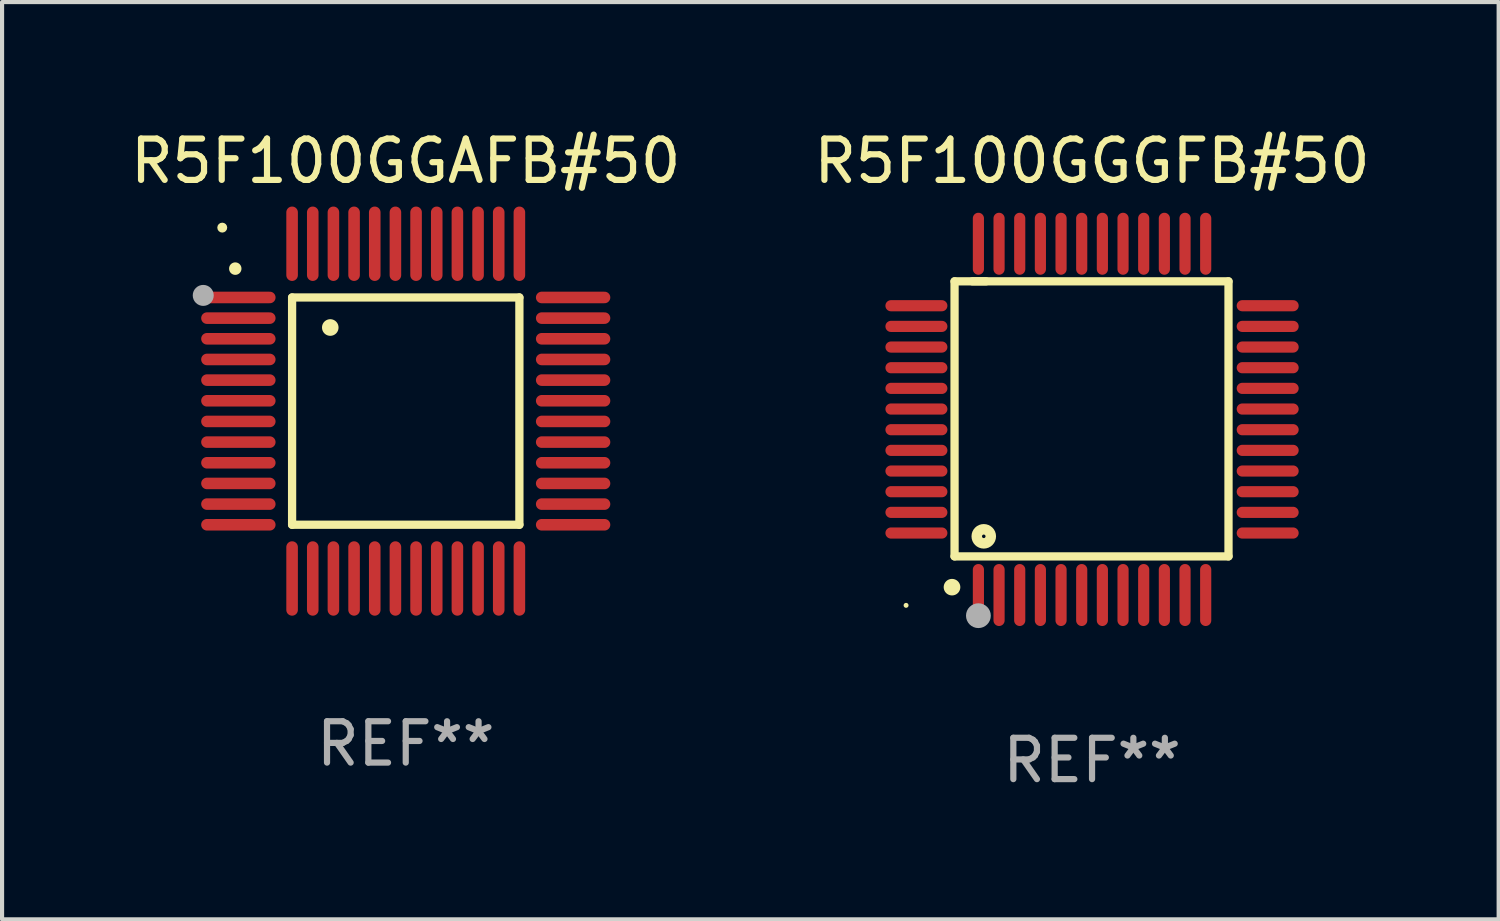
<source format=kicad_pcb>
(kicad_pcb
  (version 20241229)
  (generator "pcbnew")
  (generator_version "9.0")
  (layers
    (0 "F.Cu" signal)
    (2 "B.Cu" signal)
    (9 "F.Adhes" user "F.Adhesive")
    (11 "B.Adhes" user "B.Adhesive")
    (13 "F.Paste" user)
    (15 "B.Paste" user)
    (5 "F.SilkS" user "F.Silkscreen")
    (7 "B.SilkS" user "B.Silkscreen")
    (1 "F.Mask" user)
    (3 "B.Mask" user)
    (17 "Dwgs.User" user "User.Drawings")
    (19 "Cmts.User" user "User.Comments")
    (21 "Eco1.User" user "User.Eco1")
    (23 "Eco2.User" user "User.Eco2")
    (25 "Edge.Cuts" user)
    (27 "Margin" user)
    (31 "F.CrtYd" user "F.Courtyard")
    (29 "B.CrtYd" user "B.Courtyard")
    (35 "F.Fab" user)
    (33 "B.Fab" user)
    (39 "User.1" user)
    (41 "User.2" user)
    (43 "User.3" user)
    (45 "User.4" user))
  (footprint "R5F100GGAFB#50"
    (layer "F.Cu")
    (at 6.768 6.898)
    (property "Reference" "R5F100GGAFB#50" (at 0 -6.05 0) (layer "F.SilkS") (effects (font (size 1 1) (thickness 0.15))))
    (attr through_hole)
    (fp_line (start -2.75 -2.75) (end 2.75 -2.75) (stroke (width 0.2) (type solid)) (layer "F.SilkS"))
    (fp_line (start -2.75 2.75) (end -2.75 -2.75) (stroke (width 0.2) (type solid)) (layer "F.SilkS"))
    (fp_line (start 2.75 -2.75) (end 2.75 2.75) (stroke (width 0.2) (type solid)) (layer "F.SilkS"))
    (fp_line (start 2.75 2.75) (end -2.75 2.75) (stroke (width 0.2) (type solid)) (layer "F.SilkS"))
    (fp_arc (start -4.124968 -3.446787) (mid -4.124973 -3.448057) (end -4.124968 -3.449327) (stroke (width 0.3) (type solid)) (layer "F.SilkS"))
    (fp_arc (start -1.826264 -2.021844) (mid -1.826268 -2.023114) (end -1.826264 -2.024384) (stroke (width 0.4) (type solid)) (layer "F.SilkS"))
    (fp_circle (center -4.44 -4.44) (end -4.38 -4.44) (stroke (width 0.12) (type solid)) (fill no) (layer "F.SilkS"))
    (fp_circle (center -4.9 -2.8) (end -4.773 -2.8) (stroke (width 0.254) (type solid)) (fill no) (layer "F.Fab"))
    (fp_text user "REF**" (at 0 8.05 0) (layer "F.Fab") (effects (font (size 1 1) (thickness 0.15))))
    (pad "1" smd oval (at -4.05 -2.75 90) (size 0.28 1.8) (layers "F.Cu" "F.Mask" "F.Paste"))
    (pad "2" smd oval (at -4.05 -2.25 90) (size 0.28 1.8) (layers "F.Cu" "F.Mask" "F.Paste"))
    (pad "3" smd oval (at -4.05 -1.75 90) (size 0.28 1.8) (layers "F.Cu" "F.Mask" "F.Paste"))
    (pad "4" smd oval (at -4.05 -1.25 90) (size 0.28 1.8) (layers "F.Cu" "F.Mask" "F.Paste"))
    (pad "5" smd oval (at -4.05 -0.75 90) (size 0.28 1.8) (layers "F.Cu" "F.Mask" "F.Paste"))
    (pad "6" smd oval (at -4.05 -0.25 90) (size 0.28 1.8) (layers "F.Cu" "F.Mask" "F.Paste"))
    (pad "7" smd oval (at -4.05 0.25 90) (size 0.28 1.8) (layers "F.Cu" "F.Mask" "F.Paste"))
    (pad "8" smd oval (at -4.05 0.75 90) (size 0.28 1.8) (layers "F.Cu" "F.Mask" "F.Paste"))
    (pad "9" smd oval (at -4.05 1.25 90) (size 0.28 1.8) (layers "F.Cu" "F.Mask" "F.Paste"))
    (pad "10" smd oval (at -4.05 1.75 90) (size 0.28 1.8) (layers "F.Cu" "F.Mask" "F.Paste"))
    (pad "11" smd oval (at -4.05 2.25 90) (size 0.28 1.8) (layers "F.Cu" "F.Mask" "F.Paste"))
    (pad "12" smd oval (at -4.05 2.75 90) (size 0.28 1.8) (layers "F.Cu" "F.Mask" "F.Paste"))
    (pad "13" smd oval (at -2.75 4.05) (size 0.28 1.8) (layers "F.Cu" "F.Mask" "F.Paste"))
    (pad "14" smd oval (at -2.25 4.05) (size 0.28 1.8) (layers "F.Cu" "F.Mask" "F.Paste"))
    (pad "15" smd oval (at -1.75 4.05) (size 0.28 1.8) (layers "F.Cu" "F.Mask" "F.Paste"))
    (pad "16" smd oval (at -1.25 4.05) (size 0.28 1.8) (layers "F.Cu" "F.Mask" "F.Paste"))
    (pad "17" smd oval (at -0.75 4.05) (size 0.28 1.8) (layers "F.Cu" "F.Mask" "F.Paste"))
    (pad "18" smd oval (at -0.25 4.05) (size 0.28 1.8) (layers "F.Cu" "F.Mask" "F.Paste"))
    (pad "19" smd oval (at 0.25 4.05) (size 0.28 1.8) (layers "F.Cu" "F.Mask" "F.Paste"))
    (pad "20" smd oval (at 0.75 4.05) (size 0.28 1.8) (layers "F.Cu" "F.Mask" "F.Paste"))
    (pad "21" smd oval (at 1.25 4.05) (size 0.28 1.8) (layers "F.Cu" "F.Mask" "F.Paste"))
    (pad "22" smd oval (at 1.75 4.05) (size 0.28 1.8) (layers "F.Cu" "F.Mask" "F.Paste"))
    (pad "23" smd oval (at 2.25 4.05) (size 0.28 1.8) (layers "F.Cu" "F.Mask" "F.Paste"))
    (pad "24" smd oval (at 2.75 4.05) (size 0.28 1.8) (layers "F.Cu" "F.Mask" "F.Paste"))
    (pad "25" smd oval (at 4.05 2.75 90) (size 0.28 1.8) (layers "F.Cu" "F.Mask" "F.Paste"))
    (pad "26" smd oval (at 4.05 2.25 90) (size 0.28 1.8) (layers "F.Cu" "F.Mask" "F.Paste"))
    (pad "27" smd oval (at 4.05 1.75 90) (size 0.28 1.8) (layers "F.Cu" "F.Mask" "F.Paste"))
    (pad "28" smd oval (at 4.05 1.25 90) (size 0.28 1.8) (layers "F.Cu" "F.Mask" "F.Paste"))
    (pad "29" smd oval (at 4.05 0.75 90) (size 0.28 1.8) (layers "F.Cu" "F.Mask" "F.Paste"))
    (pad "30" smd oval (at 4.05 0.25 90) (size 0.28 1.8) (layers "F.Cu" "F.Mask" "F.Paste"))
    (pad "31" smd oval (at 4.05 -0.25 90) (size 0.28 1.8) (layers "F.Cu" "F.Mask" "F.Paste"))
    (pad "32" smd oval (at 4.05 -0.75 90) (size 0.28 1.8) (layers "F.Cu" "F.Mask" "F.Paste"))
    (pad "33" smd oval (at 4.05 -1.25 90) (size 0.28 1.8) (layers "F.Cu" "F.Mask" "F.Paste"))
    (pad "34" smd oval (at 4.05 -1.75 90) (size 0.28 1.8) (layers "F.Cu" "F.Mask" "F.Paste"))
    (pad "35" smd oval (at 4.05 -2.25 90) (size 0.28 1.8) (layers "F.Cu" "F.Mask" "F.Paste"))
    (pad "36" smd oval (at 4.05 -2.75 90) (size 0.28 1.8) (layers "F.Cu" "F.Mask" "F.Paste"))
    (pad "37" smd oval (at 2.75 -4.05) (size 0.28 1.8) (layers "F.Cu" "F.Mask" "F.Paste"))
    (pad "38" smd oval (at 2.25 -4.05) (size 0.28 1.8) (layers "F.Cu" "F.Mask" "F.Paste"))
    (pad "39" smd oval (at 1.75 -4.05) (size 0.28 1.8) (layers "F.Cu" "F.Mask" "F.Paste"))
    (pad "40" smd oval (at 1.25 -4.05) (size 0.28 1.8) (layers "F.Cu" "F.Mask" "F.Paste"))
    (pad "41" smd oval (at 0.75 -4.05) (size 0.28 1.8) (layers "F.Cu" "F.Mask" "F.Paste"))
    (pad "42" smd oval (at 0.25 -4.05) (size 0.28 1.8) (layers "F.Cu" "F.Mask" "F.Paste"))
    (pad "43" smd oval (at -0.25 -4.05) (size 0.28 1.8) (layers "F.Cu" "F.Mask" "F.Paste"))
    (pad "44" smd oval (at -0.75 -4.05) (size 0.28 1.8) (layers "F.Cu" "F.Mask" "F.Paste"))
    (pad "45" smd oval (at -1.25 -4.05) (size 0.28 1.8) (layers "F.Cu" "F.Mask" "F.Paste"))
    (pad "46" smd oval (at -1.75 -4.05) (size 0.28 1.8) (layers "F.Cu" "F.Mask" "F.Paste"))
    (pad "47" smd oval (at -2.25 -4.05) (size 0.28 1.8) (layers "F.Cu" "F.Mask" "F.Paste"))
    (pad "48" smd oval (at -2.75 -4.05) (size 0.28 1.8) (layers "F.Cu" "F.Mask" "F.Paste")))
  (footprint "R5F100GGGFB#50"
    (layer "F.Cu")
    (at 23.375 7.098)
    (property "Reference" "R5F100GGGFB#50" (at 0 -6.25 0) (layer "F.SilkS") (effects (font (size 1 1) (thickness 0.15))))
    (attr through_hole)
    (fp_line (start -3.327 -3.34) (end -2.565 -3.34) (stroke (width 0.2) (type solid)) (layer "F.SilkS"))
    (fp_line (start -3.327 3.315) (end -3.327 -3.34) (stroke (width 0.2) (type solid)) (layer "F.SilkS"))
    (fp_line (start -2.896 -3.34) (end 3.302 -3.34) (stroke (width 0.2) (type solid)) (layer "F.SilkS"))
    (fp_line (start 3.302 -3.34) (end 3.302 3.315) (stroke (width 0.2) (type solid)) (layer "F.SilkS"))
    (fp_line (start 3.302 3.315) (end -3.327 3.315) (stroke (width 0.2) (type solid)) (layer "F.SilkS"))
    (fp_arc (start -3.389992 4.059995) (mid -3.388722 4.059991) (end -3.387452 4.059995) (stroke (width 0.4) (type solid)) (layer "F.SilkS"))
    (fp_circle (center -4.5 4.5) (end -4.47 4.5) (stroke (width 0.06) (type solid)) (fill no) (layer "F.SilkS"))
    (fp_circle (center -2.62 2.83) (end -2.45 2.83) (stroke (width 0.254) (type solid)) (fill no) (layer "F.SilkS"))
    (fp_circle (center -2.75 4.75) (end -2.6 4.75) (stroke (width 0.3) (type solid)) (fill no) (layer "F.Fab"))
    (fp_text user "REF**" (at 0 8.25 0) (layer "F.Fab") (effects (font (size 1 1) (thickness 0.15))))
    (pad "1" smd oval (at -2.75 4.25) (size 0.27 1.5) (layers "F.Cu" "F.Mask" "F.Paste"))
    (pad "2" smd oval (at -2.25 4.25) (size 0.27 1.5) (layers "F.Cu" "F.Mask" "F.Paste"))
    (pad "3" smd oval (at -1.75 4.25) (size 0.27 1.5) (layers "F.Cu" "F.Mask" "F.Paste"))
    (pad "4" smd oval (at -1.25 4.25) (size 0.27 1.5) (layers "F.Cu" "F.Mask" "F.Paste"))
    (pad "5" smd oval (at -0.75 4.25) (size 0.27 1.5) (layers "F.Cu" "F.Mask" "F.Paste"))
    (pad "6" smd oval (at -0.25 4.25) (size 0.27 1.5) (layers "F.Cu" "F.Mask" "F.Paste"))
    (pad "7" smd oval (at 0.25 4.25) (size 0.27 1.5) (layers "F.Cu" "F.Mask" "F.Paste"))
    (pad "8" smd oval (at 0.75 4.25) (size 0.27 1.5) (layers "F.Cu" "F.Mask" "F.Paste"))
    (pad "9" smd oval (at 1.25 4.25) (size 0.27 1.5) (layers "F.Cu" "F.Mask" "F.Paste"))
    (pad "10" smd oval (at 1.75 4.25) (size 0.27 1.5) (layers "F.Cu" "F.Mask" "F.Paste"))
    (pad "11" smd oval (at 2.25 4.25) (size 0.27 1.5) (layers "F.Cu" "F.Mask" "F.Paste"))
    (pad "12" smd oval (at 2.75 4.25) (size 0.27 1.5) (layers "F.Cu" "F.Mask" "F.Paste"))
    (pad "13" smd oval (at 4.25 2.75) (size 1.5 0.27) (layers "F.Cu" "F.Mask" "F.Paste"))
    (pad "14" smd oval (at 4.25 2.25) (size 1.5 0.27) (layers "F.Cu" "F.Mask" "F.Paste"))
    (pad "15" smd oval (at 4.25 1.75) (size 1.5 0.27) (layers "F.Cu" "F.Mask" "F.Paste"))
    (pad "16" smd oval (at 4.25 1.25) (size 1.5 0.27) (layers "F.Cu" "F.Mask" "F.Paste"))
    (pad "17" smd oval (at 4.25 0.75) (size 1.5 0.27) (layers "F.Cu" "F.Mask" "F.Paste"))
    (pad "18" smd oval (at 4.25 0.25) (size 1.5 0.27) (layers "F.Cu" "F.Mask" "F.Paste"))
    (pad "19" smd oval (at 4.25 -0.25) (size 1.5 0.27) (layers "F.Cu" "F.Mask" "F.Paste"))
    (pad "20" smd oval (at 4.25 -0.75) (size 1.5 0.27) (layers "F.Cu" "F.Mask" "F.Paste"))
    (pad "21" smd oval (at 4.25 -1.25) (size 1.5 0.27) (layers "F.Cu" "F.Mask" "F.Paste"))
    (pad "22" smd oval (at 4.25 -1.75) (size 1.5 0.27) (layers "F.Cu" "F.Mask" "F.Paste"))
    (pad "23" smd oval (at 4.25 -2.25) (size 1.5 0.27) (layers "F.Cu" "F.Mask" "F.Paste"))
    (pad "24" smd oval (at 4.25 -2.75) (size 1.5 0.27) (layers "F.Cu" "F.Mask" "F.Paste"))
    (pad "25" smd oval (at 2.75 -4.25) (size 0.27 1.5) (layers "F.Cu" "F.Mask" "F.Paste"))
    (pad "26" smd oval (at 2.25 -4.25) (size 0.27 1.5) (layers "F.Cu" "F.Mask" "F.Paste"))
    (pad "27" smd oval (at 1.75 -4.25) (size 0.27 1.5) (layers "F.Cu" "F.Mask" "F.Paste"))
    (pad "28" smd oval (at 1.25 -4.25) (size 0.27 1.5) (layers "F.Cu" "F.Mask" "F.Paste"))
    (pad "29" smd oval (at 0.75 -4.25) (size 0.27 1.5) (layers "F.Cu" "F.Mask" "F.Paste"))
    (pad "30" smd oval (at 0.25 -4.25) (size 0.27 1.5) (layers "F.Cu" "F.Mask" "F.Paste"))
    (pad "31" smd oval (at -0.25 -4.25) (size 0.27 1.5) (layers "F.Cu" "F.Mask" "F.Paste"))
    (pad "32" smd oval (at -0.75 -4.25) (size 0.27 1.5) (layers "F.Cu" "F.Mask" "F.Paste"))
    (pad "33" smd oval (at -1.25 -4.25) (size 0.27 1.5) (layers "F.Cu" "F.Mask" "F.Paste"))
    (pad "34" smd oval (at -1.75 -4.25) (size 0.27 1.5) (layers "F.Cu" "F.Mask" "F.Paste"))
    (pad "35" smd oval (at -2.25 -4.25) (size 0.27 1.5) (layers "F.Cu" "F.Mask" "F.Paste"))
    (pad "36" smd oval (at -2.75 -4.25) (size 0.27 1.5) (layers "F.Cu" "F.Mask" "F.Paste"))
    (pad "37" smd oval (at -4.25 -2.75) (size 1.5 0.27) (layers "F.Cu" "F.Mask" "F.Paste"))
    (pad "38" smd oval (at -4.25 -2.25) (size 1.5 0.27) (layers "F.Cu" "F.Mask" "F.Paste"))
    (pad "39" smd oval (at -4.25 -1.75) (size 1.5 0.27) (layers "F.Cu" "F.Mask" "F.Paste"))
    (pad "40" smd oval (at -4.25 -1.25) (size 1.5 0.27) (layers "F.Cu" "F.Mask" "F.Paste"))
    (pad "41" smd oval (at -4.25 -0.75) (size 1.5 0.27) (layers "F.Cu" "F.Mask" "F.Paste"))
    (pad "42" smd oval (at -4.25 -0.25) (size 1.5 0.27) (layers "F.Cu" "F.Mask" "F.Paste"))
    (pad "43" smd oval (at -4.25 0.25) (size 1.5 0.27) (layers "F.Cu" "F.Mask" "F.Paste"))
    (pad "44" smd oval (at -4.25 0.75) (size 1.5 0.27) (layers "F.Cu" "F.Mask" "F.Paste"))
    (pad "45" smd oval (at -4.25 1.25) (size 1.5 0.27) (layers "F.Cu" "F.Mask" "F.Paste"))
    (pad "46" smd oval (at -4.25 1.75) (size 1.5 0.27) (layers "F.Cu" "F.Mask" "F.Paste"))
    (pad "47" smd oval (at -4.25 2.25) (size 1.5 0.27) (layers "F.Cu" "F.Mask" "F.Paste"))
    (pad "48" smd oval (at -4.25 2.75) (size 1.5 0.27) (layers "F.Cu" "F.Mask" "F.Paste")))
  (gr_rect
    (start -3 -3)
    (end 33.214 19.196)
    (stroke (width 0.1) (type default))
    (fill no)
    (layer "Edge.Cuts")))
</source>
